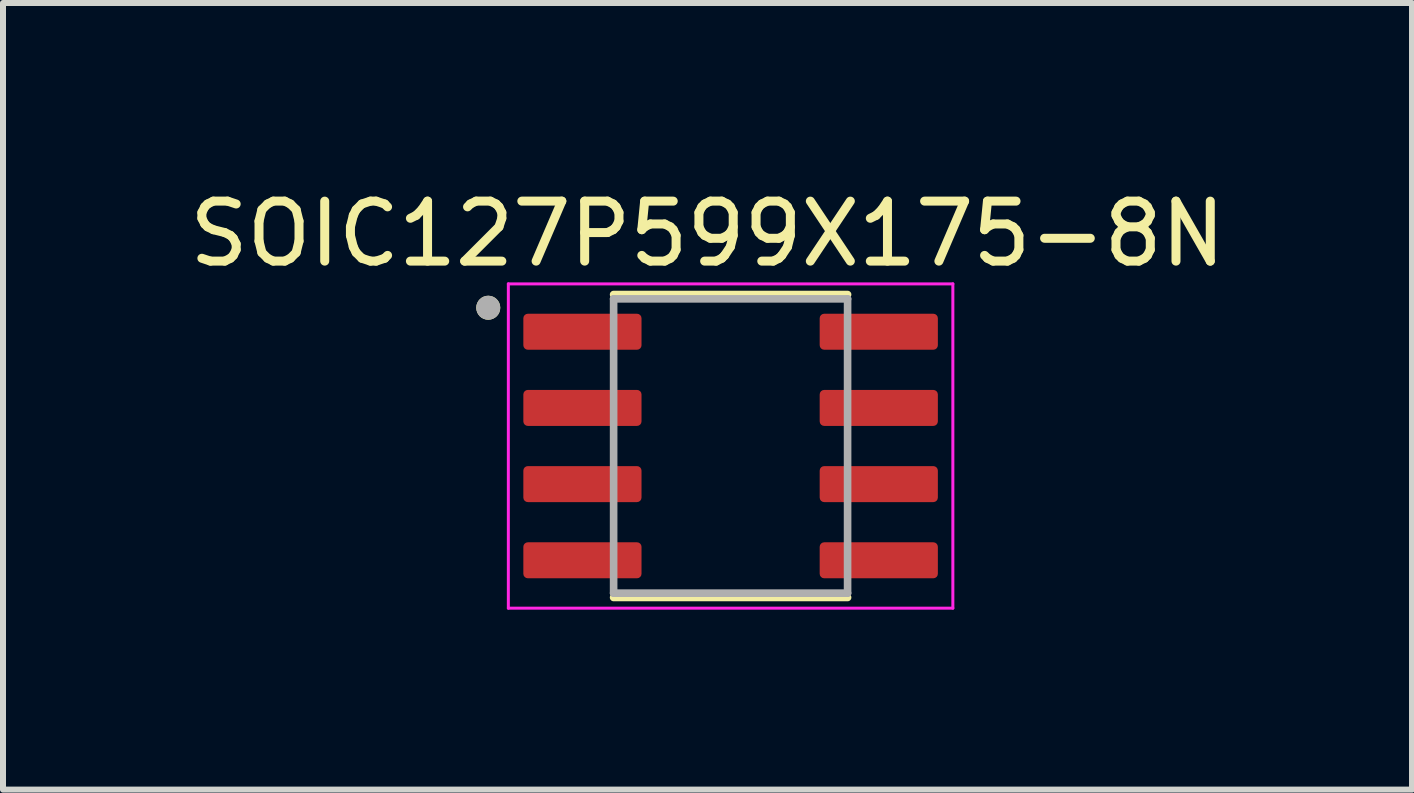
<source format=kicad_pcb>
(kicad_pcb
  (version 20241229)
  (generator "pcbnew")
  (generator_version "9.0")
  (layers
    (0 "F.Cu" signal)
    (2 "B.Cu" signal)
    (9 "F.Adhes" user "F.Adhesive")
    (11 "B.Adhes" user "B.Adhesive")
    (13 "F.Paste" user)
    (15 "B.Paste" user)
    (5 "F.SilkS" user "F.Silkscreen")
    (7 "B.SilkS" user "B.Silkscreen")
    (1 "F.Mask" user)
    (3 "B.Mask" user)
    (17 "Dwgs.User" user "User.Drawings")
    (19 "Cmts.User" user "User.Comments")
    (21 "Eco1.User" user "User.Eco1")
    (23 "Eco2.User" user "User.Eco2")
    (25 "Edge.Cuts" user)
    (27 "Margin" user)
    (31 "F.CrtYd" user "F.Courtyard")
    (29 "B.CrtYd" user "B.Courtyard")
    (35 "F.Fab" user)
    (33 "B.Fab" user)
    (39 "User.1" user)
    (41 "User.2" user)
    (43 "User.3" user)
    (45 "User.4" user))
  (footprint "SOIC127P599X175-8N"
    (layer "F.Cu")
    (at 9.129 4.385)
    (property "Reference" "SOIC127P599X175-8N" (at -0.385 -3.537 0) (layer "F.SilkS") (effects (font (size 1 1) (thickness 0.15))))
    (attr smd)
    (fp_line (start -1.95 -2.525) (end 1.95 -2.525) (stroke (width 0.127) (type solid)) (layer "F.SilkS"))
    (fp_line (start -1.95 2.525) (end 1.95 2.525) (stroke (width 0.127) (type solid)) (layer "F.SilkS"))
    (fp_circle (center -4.04 -2.305) (end -3.94 -2.305) (stroke (width 0.2) (type solid)) (fill no) (layer "F.SilkS"))
    (fp_line (start -3.705 -2.703) (end -3.705 2.703) (stroke (width 0.05) (type solid)) (layer "F.CrtYd"))
    (fp_line (start -3.705 -2.703) (end 3.705 -2.703) (stroke (width 0.05) (type solid)) (layer "F.CrtYd"))
    (fp_line (start -3.705 2.703) (end 3.705 2.703) (stroke (width 0.05) (type solid)) (layer "F.CrtYd"))
    (fp_line (start 3.705 -2.703) (end 3.705 2.703) (stroke (width 0.05) (type solid)) (layer "F.CrtYd"))
    (fp_line (start -1.95 -2.453) (end -1.95 2.453) (stroke (width 0.127) (type solid)) (layer "F.Fab"))
    (fp_line (start -1.95 -2.453) (end 1.95 -2.453) (stroke (width 0.127) (type solid)) (layer "F.Fab"))
    (fp_line (start -1.95 2.453) (end 1.95 2.453) (stroke (width 0.127) (type solid)) (layer "F.Fab"))
    (fp_line (start 1.95 -2.453) (end 1.95 2.453) (stroke (width 0.127) (type solid)) (layer "F.Fab"))
    (fp_circle (center -4.04 -2.305) (end -3.94 -2.305) (stroke (width 0.2) (type solid)) (fill no) (layer "F.Fab"))
    (pad "1" smd roundrect (at -2.47 -1.905) (size 1.97 0.6) (layers "F.Cu" "F.Mask" "F.Paste") (roundrect_rratio 0.125))
    (pad "2" smd roundrect (at -2.47 -0.635) (size 1.97 0.6) (layers "F.Cu" "F.Mask" "F.Paste") (roundrect_rratio 0.125))
    (pad "3" smd roundrect (at -2.47 0.635) (size 1.97 0.6) (layers "F.Cu" "F.Mask" "F.Paste") (roundrect_rratio 0.125))
    (pad "4" smd roundrect (at -2.47 1.905) (size 1.97 0.6) (layers "F.Cu" "F.Mask" "F.Paste") (roundrect_rratio 0.125))
    (pad "5" smd roundrect (at 2.47 1.905) (size 1.97 0.6) (layers "F.Cu" "F.Mask" "F.Paste") (roundrect_rratio 0.125))
    (pad "6" smd roundrect (at 2.47 0.635) (size 1.97 0.6) (layers "F.Cu" "F.Mask" "F.Paste") (roundrect_rratio 0.125))
    (pad "7" smd roundrect (at 2.47 -0.635) (size 1.97 0.6) (layers "F.Cu" "F.Mask" "F.Paste") (roundrect_rratio 0.125))
    (pad "8" smd roundrect (at 2.47 -1.905) (size 1.97 0.6) (layers "F.Cu" "F.Mask" "F.Paste") (roundrect_rratio 0.125)))
  (gr_rect
    (start -3 -3)
    (end 20.488 10.113)
    (stroke (width 0.1) (type default))
    (fill no)
    (layer "Edge.Cuts")))
</source>
